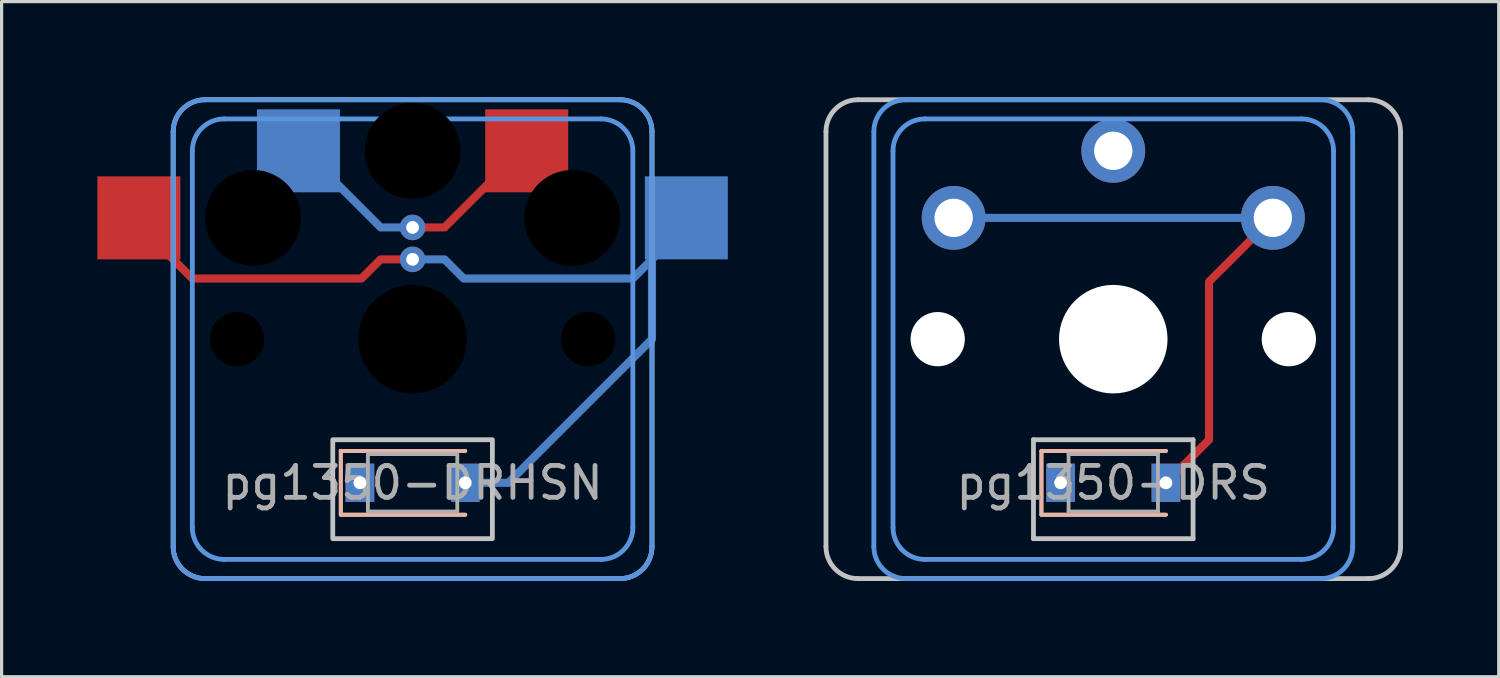
<source format=kicad_pcb>
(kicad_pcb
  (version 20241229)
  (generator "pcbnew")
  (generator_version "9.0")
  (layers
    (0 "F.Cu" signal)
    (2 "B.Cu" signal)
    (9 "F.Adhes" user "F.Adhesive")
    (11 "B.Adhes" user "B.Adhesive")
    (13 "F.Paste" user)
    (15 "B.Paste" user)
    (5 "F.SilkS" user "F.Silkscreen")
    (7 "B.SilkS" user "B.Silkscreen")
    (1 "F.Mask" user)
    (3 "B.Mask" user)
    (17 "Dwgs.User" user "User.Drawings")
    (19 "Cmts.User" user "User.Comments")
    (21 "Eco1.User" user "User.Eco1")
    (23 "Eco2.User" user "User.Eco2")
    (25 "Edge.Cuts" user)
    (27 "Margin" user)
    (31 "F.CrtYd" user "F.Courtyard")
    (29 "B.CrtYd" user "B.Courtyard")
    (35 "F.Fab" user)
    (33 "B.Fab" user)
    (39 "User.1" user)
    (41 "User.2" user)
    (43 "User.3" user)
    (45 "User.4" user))
  (footprint "pg1350-DRHSN"
    (layer "F.Cu")
    (at 9.875 12.075)
    (property "Reference" "pg1350-DRHSN" (at 0 0 0) (layer "F.Fab") (effects (font (size 1 1) (thickness 0.15))))
    (attr smd)
    (fp_line (start -2.25 -1) (end -2.25 1) (stroke (width 0.12) (type solid)) (layer "F.SilkS"))
    (fp_line (start -2.25 1) (end 1.65 1) (stroke (width 0.12) (type solid)) (layer "F.SilkS"))
    (fp_line (start 1.65 -1) (end -2.25 -1) (stroke (width 0.12) (type solid)) (layer "F.SilkS"))
    (fp_line (start -2.25 -1) (end -2.25 1) (stroke (width 0.12) (type solid)) (layer "B.SilkS"))
    (fp_line (start -2.25 1) (end 1.65 1) (stroke (width 0.12) (type solid)) (layer "B.SilkS"))
    (fp_line (start 1.65 -1) (end -2.25 -1) (stroke (width 0.12) (type solid)) (layer "B.SilkS"))
    (fp_line (start -7.5 2) (end -7.5 -11) (stroke (width 0.15) (type solid)) (layer "Dwgs.User"))
    (fp_line (start -6.5 -12) (end 6.5 -12) (stroke (width 0.15) (type solid)) (layer "Dwgs.User"))
    (fp_line (start 6.5 3) (end -6.5 3) (stroke (width 0.15) (type solid)) (layer "Dwgs.User"))
    (fp_line (start 7.5 -11) (end 7.5 2) (stroke (width 0.15) (type solid)) (layer "Dwgs.User"))
    (fp_rect (start 2.5 1.75) (end -2.5 -1.35) (stroke (width 0.15) (type solid)) (fill no) (layer "Dwgs.User"))
    (fp_arc (start -7.5 -11) (mid -7.207107 -11.707107) (end -6.5 -12) (stroke (width 0.15) (type solid)) (layer "Dwgs.User"))
    (fp_arc (start -6.5 3) (mid -7.207107 2.707107) (end -7.5 2) (stroke (width 0.15) (type solid)) (layer "Dwgs.User"))
    (fp_arc (start 6.5 -12) (mid 7.207107 -11.707107) (end 7.5 -11) (stroke (width 0.15) (type solid)) (layer "Dwgs.User"))
    (fp_arc (start 7.5 2) (mid 7.207107 2.707107) (end 6.5 3) (stroke (width 0.15) (type solid)) (layer "Dwgs.User"))
    (fp_line (start -7.5 2) (end -7.5 -11) (stroke (width 0.15) (type solid)) (layer "Cmts.User"))
    (fp_line (start -6.9 1.4) (end -6.9 -10.4) (stroke (width 0.15) (type solid)) (layer "Cmts.User"))
    (fp_line (start -6.5 -12) (end 6.5 -12) (stroke (width 0.15) (type solid)) (layer "Cmts.User"))
    (fp_line (start -5.9 -11.4) (end 5.9 -11.4) (stroke (width 0.15) (type solid)) (layer "Cmts.User"))
    (fp_line (start 5.9 2.4) (end -5.9 2.4) (stroke (width 0.15) (type solid)) (layer "Cmts.User"))
    (fp_line (start 6.5 3) (end -6.5 3) (stroke (width 0.15) (type solid)) (layer "Cmts.User"))
    (fp_line (start 6.9 -10.4) (end 6.9 1.4) (stroke (width 0.15) (type solid)) (layer "Cmts.User"))
    (fp_line (start 7.5 -11) (end 7.5 2) (stroke (width 0.15) (type solid)) (layer "Cmts.User"))
    (fp_arc (start -7.5 -11) (mid -7.207107 -11.707107) (end -6.5 -12) (stroke (width 0.15) (type solid)) (layer "Cmts.User"))
    (fp_arc (start -6.9 -10.4) (mid -6.607107 -11.107107) (end -5.9 -11.4) (stroke (width 0.15) (type solid)) (layer "Cmts.User"))
    (fp_arc (start -6.5 3) (mid -7.207107 2.707107) (end -7.5 2) (stroke (width 0.15) (type solid)) (layer "Cmts.User"))
    (fp_arc (start -5.9 2.4) (mid -6.607107 2.107107) (end -6.9 1.4) (stroke (width 0.15) (type solid)) (layer "Cmts.User"))
    (fp_arc (start 5.9 -11.4) (mid 6.607107 -11.107107) (end 6.9 -10.4) (stroke (width 0.15) (type solid)) (layer "Cmts.User"))
    (fp_arc (start 6.5 -12) (mid 7.207107 -11.707107) (end 7.5 -11) (stroke (width 0.15) (type solid)) (layer "Cmts.User"))
    (fp_arc (start 6.9 1.4) (mid 6.607107 2.107107) (end 5.9 2.4) (stroke (width 0.15) (type solid)) (layer "Cmts.User"))
    (fp_arc (start 7.5 2) (mid 7.207107 2.707107) (end 6.5 3) (stroke (width 0.15) (type solid)) (layer "Cmts.User"))
    (fp_rect (start 1.4 0.9) (end -1.4 -0.9) (stroke (width 0.12) (type solid)) (fill no) (layer "F.Fab"))
    (pad "" np_thru_hole circle (at -5.5 -4.5) (size 1.7 1.7) (drill 1.7) (layers "*.Mask"))
    (pad "" np_thru_hole circle (at -5 -8.3) (size 3 3) (drill 3) (layers "*.Mask"))
    (pad "" np_thru_hole circle (at 0 -10.4) (size 3 3) (drill 3) (layers "*.Mask"))
    (pad "" thru_hole circle (at 0 -8) (size 0.8 0.8) (drill 0.4) (layers "*.Cu"))
    (pad "" thru_hole circle (at 0 -7) (size 0.8 0.8) (drill 0.4) (layers "*.Cu"))
    (pad "" np_thru_hole circle (at 0 -4.5) (size 3.4 3.4) (drill 3.4) (layers "*.Mask"))
    (pad "" np_thru_hole circle (at 5 -8.3) (size 3 3) (drill 3) (layers "*.Mask"))
    (pad "" np_thru_hole circle (at 5.5 -4.5) (size 1.7 1.7) (drill 1.7) (layers "*.Mask"))
    (pad "1" smd rect (at -3.575 -10.4) (size 2.6 2.6) (layers "B.Cu" "B.Mask"))
    (pad "1" smd custom (at 0 -8) (size 0.254 0.254) (layers "F.Cu") (options (anchor circle)) (primitives (gr_line (start 0 0) (end 1 0) (width 0.254)) (gr_line (start 1 0) (end 2.5 -1.5) (width 0.254))))
    (pad "1" smd custom (at 0 -8) (size 0.254 0.254) (layers "B.Cu") (options (anchor circle)) (primitives (gr_line (start 0 0) (end -1 0) (width 0.254)) (gr_line (start -1 0) (end -2.5 -1.5) (width 0.254))))
    (pad "1" smd rect (at 3.575 -10.4) (size 2.6 2.6) (layers "F.Cu" "F.Mask"))
    (pad "2" thru_hole rect (at -1.65 0) (size 0.9 1.2) (drill 0.4) (layers "*.Cu" "*.Mask"))
    (pad "3" smd rect (at -8.575 -8.3) (size 2.6 2.6) (layers "F.Cu" "F.Mask"))
    (pad "3" smd custom (at 0 -7) (size 0.254 0.254) (layers "F.Cu") (options (anchor circle)) (primitives (gr_line (start 0 0) (end -1 0) (width 0.254)) (gr_line (start -1 0) (end -1.6 0.6) (width 0.254)) (gr_line (start -1.6 0.6) (end -6.9 0.6) (width 0.254)) (gr_line (start -6.9 0.6) (end -8 -0.5) (width 0.254))))
    (pad "3" smd custom (at 0 -7) (size 0.254 0.254) (layers "B.Cu") (options (anchor circle)) (primitives (gr_line (start 0 0) (end 1 0) (width 0.254)) (gr_line (start 1 0) (end 1.6 0.6) (width 0.254)) (gr_line (start 1.6 0.6) (end 6.9 0.6) (width 0.254)) (gr_line (start 6.9 0.6) (end 8 -0.5) (width 0.254))))
    (pad "3" thru_hole rect (at 1.65 0) (size 0.9 1.2) (drill 0.4) (layers "*.Cu" "*.Mask"))
    (pad "3" smd oval (at 2.325 0) (size 1.604 0.254) (layers "B.Cu"))
    (pad "3" smd custom (at 3 0) (size 0.254 0.254) (layers "B.Cu") (options (anchor circle)) (primitives (gr_line (start 0 0) (end 4.5 -4.5) (width 0.254)) (gr_line (start 4.5 -4.5) (end 4.5 -8.3) (width 0.254))))
    (pad "3" smd rect (at 8.575 -8.3) (size 2.6 2.6) (layers "B.Cu" "B.Mask")))
  (footprint "pg1350-DRS"
    (layer "F.Cu")
    (at 31.825 12.075)
    (property "Reference" "pg1350-DRS" (at 0 0 0) (layer "F.Fab") (effects (font (size 1 1) (thickness 0.15))))
    (attr smd)
    (fp_line (start -2.25 -1) (end -2.25 1) (stroke (width 0.12) (type solid)) (layer "F.SilkS"))
    (fp_line (start -2.25 -1) (end 1.65 -1) (stroke (width 0.12) (type solid)) (layer "F.SilkS"))
    (fp_line (start -2.25 1) (end 1.65 1) (stroke (width 0.12) (type solid)) (layer "F.SilkS"))
    (fp_line (start -2.25 -1) (end -2.25 1) (stroke (width 0.12) (type solid)) (layer "B.SilkS"))
    (fp_line (start -2.25 -1) (end 1.65 -1) (stroke (width 0.12) (type solid)) (layer "B.SilkS"))
    (fp_line (start -2.25 1) (end 1.65 1) (stroke (width 0.12) (type solid)) (layer "B.SilkS"))
    (fp_line (start -9 2) (end -9 -11) (stroke (width 0.15) (type solid)) (layer "Dwgs.User"))
    (fp_line (start -8 -12) (end 8 -12) (stroke (width 0.15) (type solid)) (layer "Dwgs.User"))
    (fp_line (start -2.5 -1.35) (end -2.5 1.75) (stroke (width 0.15) (type solid)) (layer "Dwgs.User"))
    (fp_line (start -2.5 1.75) (end 2.5 1.75) (stroke (width 0.15) (type solid)) (layer "Dwgs.User"))
    (fp_line (start 2.5 -1.35) (end -2.5 -1.35) (stroke (width 0.15) (type solid)) (layer "Dwgs.User"))
    (fp_line (start 2.5 1.75) (end 2.5 -1.35) (stroke (width 0.15) (type solid)) (layer "Dwgs.User"))
    (fp_line (start 8 3) (end -8 3) (stroke (width 0.15) (type solid)) (layer "Dwgs.User"))
    (fp_line (start 9 -11) (end 9 2) (stroke (width 0.15) (type solid)) (layer "Dwgs.User"))
    (fp_arc (start -9 -11) (mid -8.707107 -11.707107) (end -8 -12) (stroke (width 0.15) (type solid)) (layer "Dwgs.User"))
    (fp_arc (start -8 3) (mid -8.707107 2.707107) (end -9 2) (stroke (width 0.15) (type solid)) (layer "Dwgs.User"))
    (fp_arc (start 8 -12) (mid 8.707107 -11.707107) (end 9 -11) (stroke (width 0.15) (type solid)) (layer "Dwgs.User"))
    (fp_arc (start 9 2) (mid 8.707107 2.707107) (end 8 3) (stroke (width 0.15) (type solid)) (layer "Dwgs.User"))
    (fp_line (start -7.5 2) (end -7.5 -11) (stroke (width 0.15) (type solid)) (layer "Cmts.User"))
    (fp_line (start -6.9 1.4) (end -6.9 -10.4) (stroke (width 0.15) (type solid)) (layer "Cmts.User"))
    (fp_line (start -6.5 -12) (end 6.5 -12) (stroke (width 0.15) (type solid)) (layer "Cmts.User"))
    (fp_line (start -5.9 -11.4) (end 5.9 -11.4) (stroke (width 0.15) (type solid)) (layer "Cmts.User"))
    (fp_line (start 5.9 2.4) (end -5.9 2.4) (stroke (width 0.15) (type solid)) (layer "Cmts.User"))
    (fp_line (start 6.5 3) (end -6.5 3) (stroke (width 0.15) (type solid)) (layer "Cmts.User"))
    (fp_line (start 6.9 -10.4) (end 6.9 1.4) (stroke (width 0.15) (type solid)) (layer "Cmts.User"))
    (fp_line (start 7.5 -11) (end 7.5 2) (stroke (width 0.15) (type solid)) (layer "Cmts.User"))
    (fp_arc (start -7.5 -11) (mid -7.207107 -11.707107) (end -6.5 -12) (stroke (width 0.15) (type solid)) (layer "Cmts.User"))
    (fp_arc (start -6.9 -10.4) (mid -6.607107 -11.107107) (end -5.9 -11.4) (stroke (width 0.15) (type solid)) (layer "Cmts.User"))
    (fp_arc (start -6.5 3) (mid -7.207107 2.707107) (end -7.5 2) (stroke (width 0.15) (type solid)) (layer "Cmts.User"))
    (fp_arc (start -5.9 2.4) (mid -6.607107 2.107107) (end -6.9 1.4) (stroke (width 0.15) (type solid)) (layer "Cmts.User"))
    (fp_arc (start 5.9 -11.4) (mid 6.607107 -11.107107) (end 6.9 -10.4) (stroke (width 0.15) (type solid)) (layer "Cmts.User"))
    (fp_arc (start 6.5 -12) (mid 7.207107 -11.707107) (end 7.5 -11) (stroke (width 0.15) (type solid)) (layer "Cmts.User"))
    (fp_arc (start 6.9 1.4) (mid 6.607107 2.107107) (end 5.9 2.4) (stroke (width 0.15) (type solid)) (layer "Cmts.User"))
    (fp_arc (start 7.5 2) (mid 7.207107 2.707107) (end 6.5 3) (stroke (width 0.15) (type solid)) (layer "Cmts.User"))
    (fp_line (start -1.4 -0.9) (end -1.4 0.9) (stroke (width 0.12) (type solid)) (layer "F.Fab"))
    (fp_line (start -1.4 0.9) (end 1.4 0.9) (stroke (width 0.12) (type solid)) (layer "F.Fab"))
    (fp_line (start 1.4 -0.9) (end -1.4 -0.9) (stroke (width 0.12) (type solid)) (layer "F.Fab"))
    (fp_line (start 1.4 0.9) (end 1.4 -0.9) (stroke (width 0.12) (type solid)) (layer "F.Fab"))
    (pad "" np_thru_hole circle (at -5.5 -4.5) (size 1.7 1.7) (drill 1.7) (layers "*.Cu" "*.Mask"))
    (pad "" smd custom (at -5 -8.3) (size 0.254 0.254) (layers "B.Cu") (options (anchor circle)) (primitives (gr_line (start 0 0) (end 10 0) (width 0.254))))
    (pad "" thru_hole circle (at -5 -8.3) (size 2 2) (drill 1.2) (layers "*.Cu" "F.Mask"))
    (pad "" np_thru_hole circle (at 0 -4.5) (size 3.4 3.4) (drill 3.4) (layers "*.Cu" "*.Mask"))
    (pad "" thru_hole rect (at 1.65 0) (size 0.9 1.2) (drill 0.4) (layers "*.Cu" "*.Mask"))
    (pad "" smd custom (at 5 -8.3) (size 0.254 0.254) (layers "F.Cu") (options (anchor circle)) (primitives (gr_line (start 0 0) (end -2 2) (width 0.254)) (gr_line (start -2 2) (end -2 6.95) (width 0.254)) (gr_line (start -2 6.95) (end -3.35 8.3) (width 0.254))))
    (pad "" thru_hole circle (at 5 -8.3) (size 2 2) (drill 1.2) (layers "*.Cu" "B.Mask"))
    (pad "" np_thru_hole circle (at 5.5 -4.5) (size 1.7 1.7) (drill 1.7) (layers "*.Cu" "*.Mask"))
    (pad "1" thru_hole circle (at 0 -10.4) (size 2 2) (drill 1.2) (layers "*.Cu" "*.Mask"))
    (pad "2" thru_hole rect (at -1.65 0) (size 0.9 1.2) (drill 0.4) (layers "*.Cu" "*.Mask")))
  (gr_rect
    (start -3 -3)
    (end 43.9 18.15)
    (stroke (width 0.1) (type default))
    (fill no)
    (layer "Edge.Cuts")))
</source>
